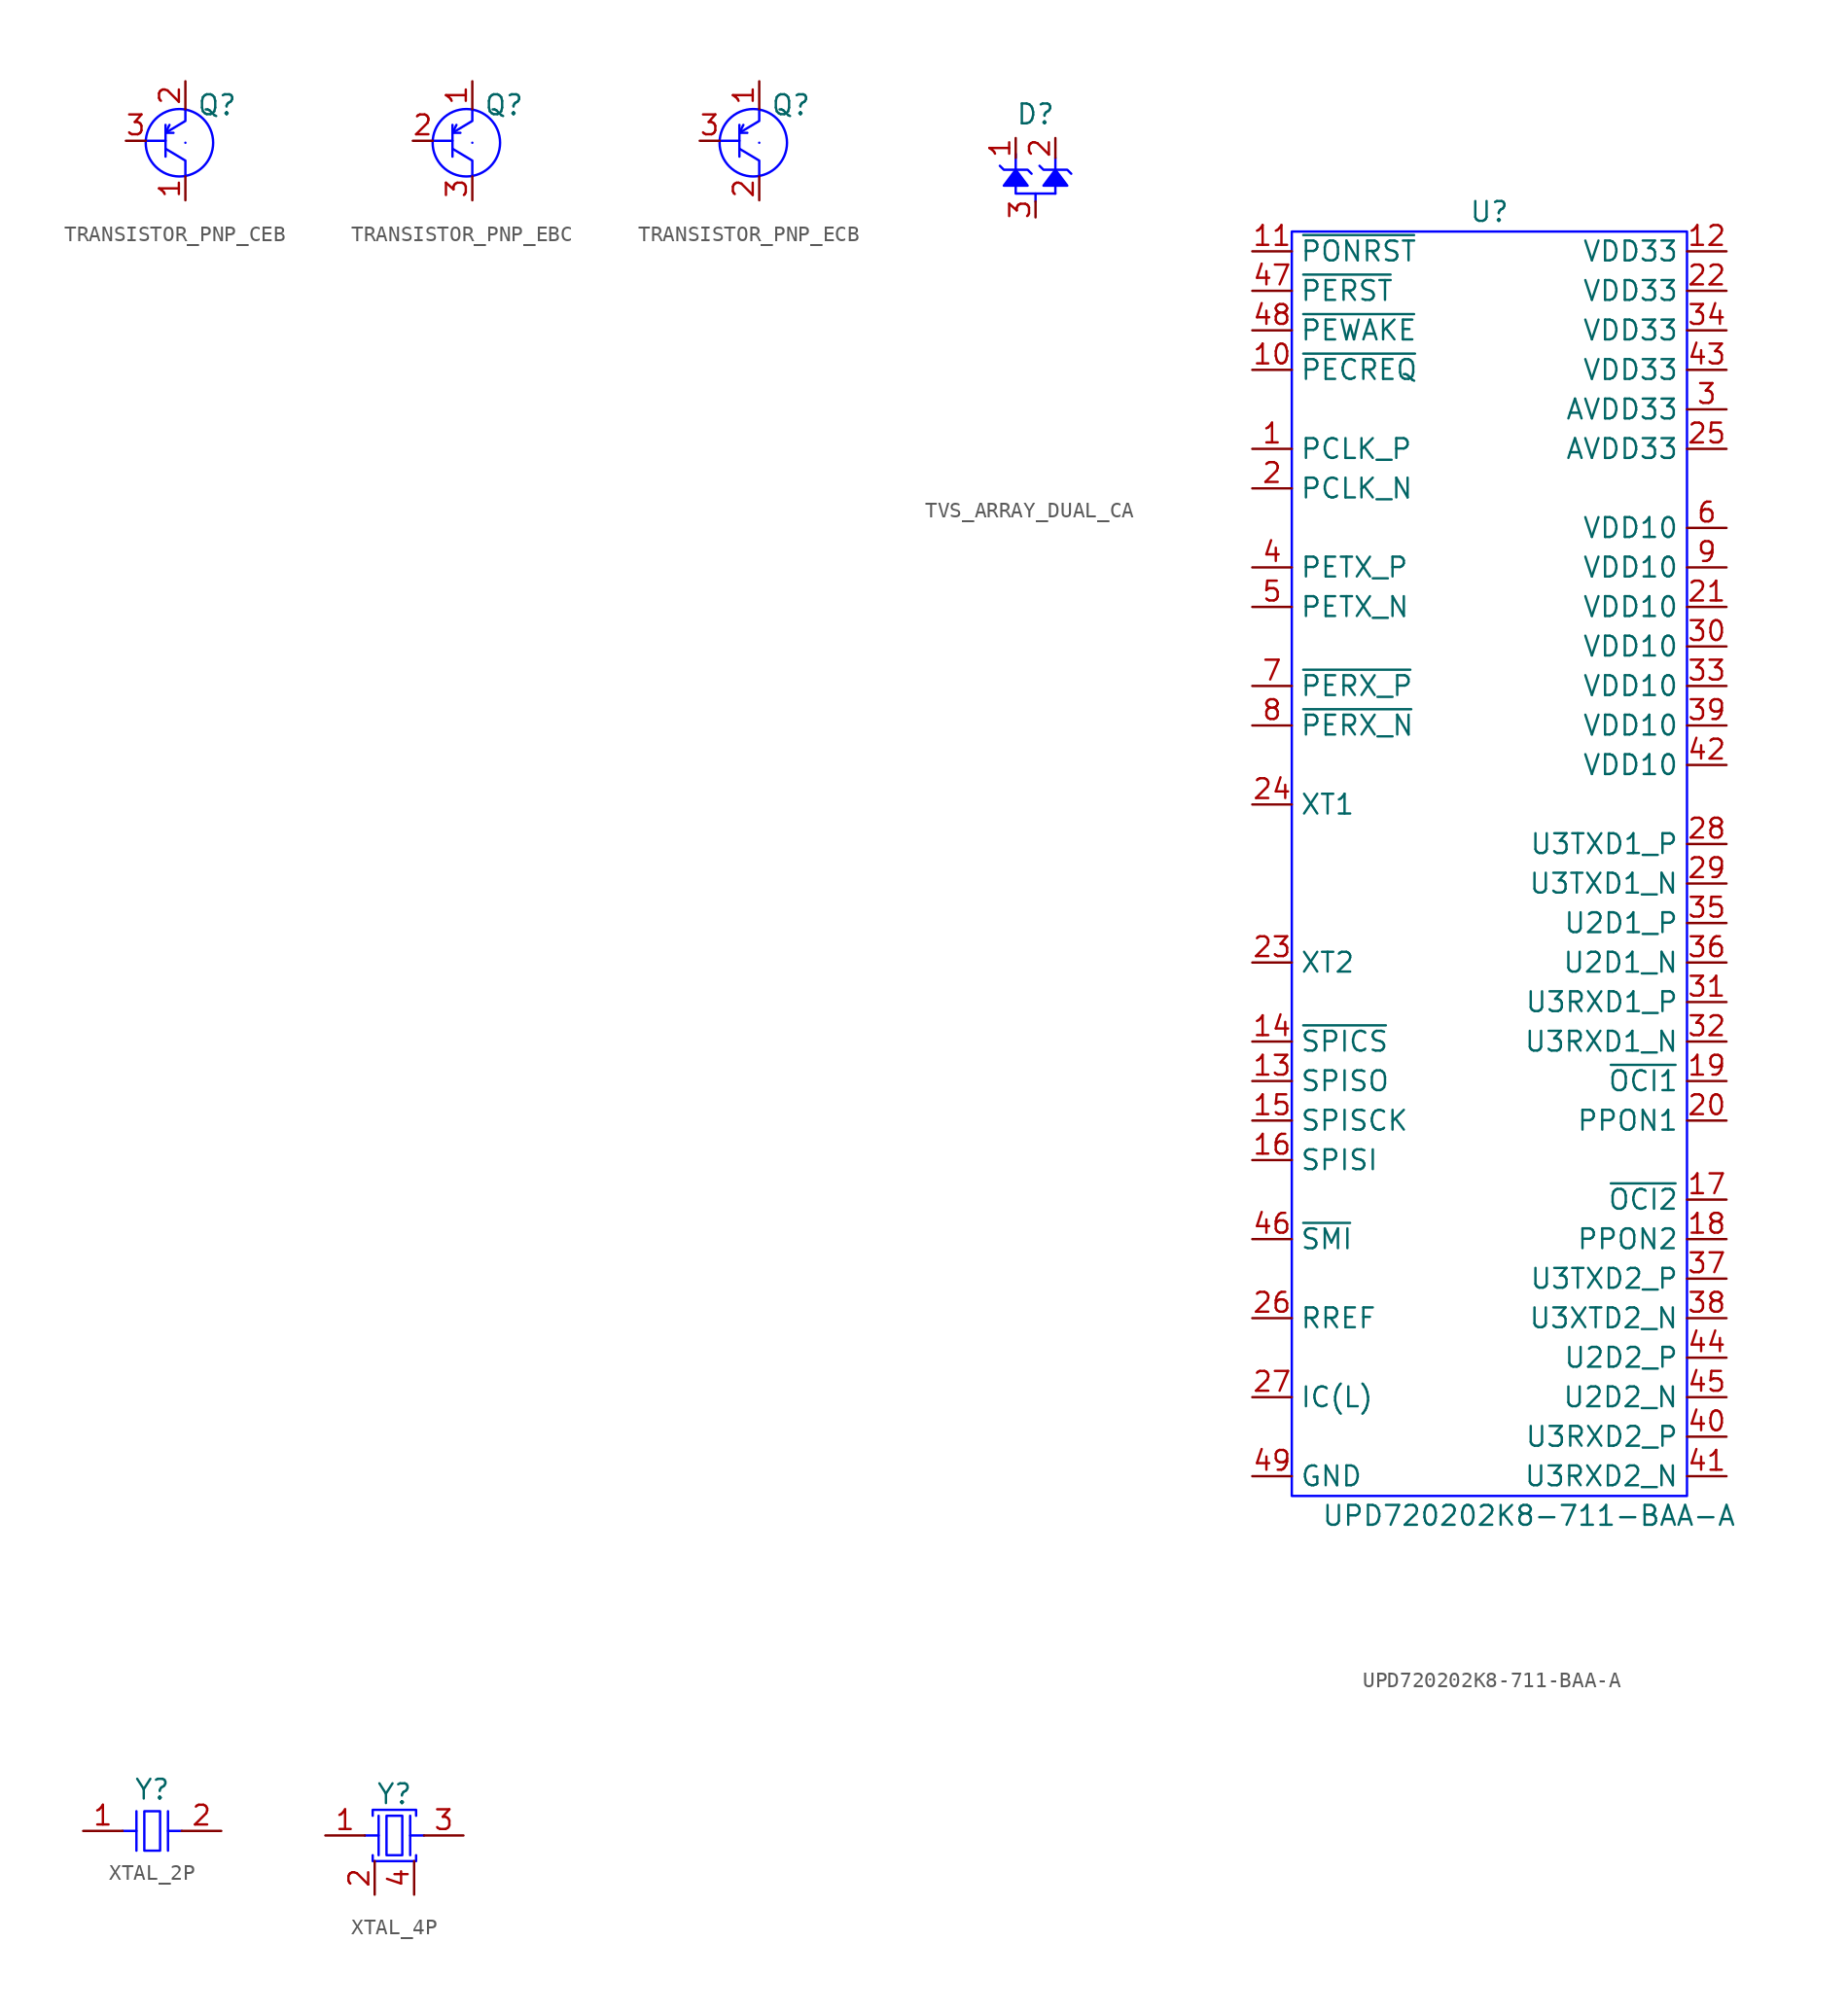
<source format=kicad_sym>
(kicad_symbol_lib
  (version 20241209)
  (generator "kicad_symbol_editor")
  (generator_version "9.0")
  (symbol "TRANSISTOR_PNP_CEB"
    (pin_names
      (offset 0)
      (hide yes))
    (property "Reference" "Q"
      (at 5.842 2.286 0)
      (effects (font (size 1.27 1.27))))
    (property "Value" ""
      (at 0 0 0)
      (effects (font (size 1.27 1.27))))
    (property "I(c)" ""
      (at 0 0 0)
      (effects (font (size 1.27 1.27))))
    (symbol "TRANSISTOR_PNP_CEB_0_1"
      (polyline (pts (xy 2.54 0.508) (xy 2.794 1.016)) (stroke (width 0) (type default) (color 0 0 255 1)) (fill (type none)))
      (polyline (pts (xy 2.54 0.508) (xy 3.048 0.508)) (stroke (width 0) (type default) (color 0 0 255 1)) (fill (type none)))
      (polyline (pts (xy 2.54 -0.508) (xy 3.81 -1.27) (xy 3.81 -2.286)) (stroke (width 0) (type default) (color 0 0 255 1)) (fill (type none)))
      (polyline (pts (xy 3.81 2.032) (xy 3.81 1.27) (xy 2.54 0.508)) (stroke (width 0) (type default) (color 0 0 255 1)) (fill (type none))))
    (symbol "TRANSISTOR_PNP_CEB_1_1"
      (polyline (pts (xy 1.27 0) (xy 2.54 0)) (stroke (width 0) (type solid) (color 0 0 255 1)) (fill (type none)))
      (polyline (pts (xy 2.54 1.016) (xy 2.54 -1.016)) (stroke (width 0) (type solid) (color 0 0 255 1)) (fill (type none)))
      (circle (center 3.429 -0.127) (radius 2.159) (stroke (width 0) (type default) (color 0 0 255 1)) (fill (type none)))
      (polyline (pts (xy 3.81 -0.127) (xy 3.81 -0.127)) (stroke (width 0) (type solid) (color 0 0 255 1)) (fill (type none)))
      (pin input line (at 0 0 0) (length 1.27) (name "B" (effects (font (size 1.27 1.27)))) (number "3" (effects (font (size 1.27 1.27)))))
      (pin passive line (at 3.81 3.81 270) (length 1.778) (name "E" (effects (font (size 1.27 1.27)))) (number "2" (effects (font (size 1.27 1.27)))))
      (pin passive line (at 3.81 -3.81 90) (length 1.524) (name "C" (effects (font (size 1.27 1.27)))) (number "1" (effects (font (size 1.27 1.27)))))))
  (symbol "TRANSISTOR_PNP_EBC"
    (pin_names
      (offset 0)
      (hide yes))
    (property "Reference" "Q"
      (at 5.842 2.286 0)
      (effects (font (size 1.27 1.27))))
    (property "Value" ""
      (at 0 0 0)
      (effects (font (size 1.27 1.27))))
    (property "I(c)" ""
      (at 0 0 0)
      (effects (font (size 1.27 1.27))))
    (symbol "TRANSISTOR_PNP_EBC_0_1"
      (polyline (pts (xy 2.54 0.508) (xy 2.794 1.016)) (stroke (width 0) (type default) (color 0 0 255 1)) (fill (type none)))
      (polyline (pts (xy 2.54 0.508) (xy 3.048 0.508)) (stroke (width 0) (type default) (color 0 0 255 1)) (fill (type none)))
      (polyline (pts (xy 2.54 -0.508) (xy 3.81 -1.27) (xy 3.81 -2.286)) (stroke (width 0) (type default) (color 0 0 255 1)) (fill (type none)))
      (polyline (pts (xy 3.81 2.032) (xy 3.81 1.27) (xy 2.54 0.508)) (stroke (width 0) (type default) (color 0 0 255 1)) (fill (type none))))
    (symbol "TRANSISTOR_PNP_EBC_1_1"
      (polyline (pts (xy 1.27 0) (xy 2.54 0)) (stroke (width 0) (type solid) (color 0 0 255 1)) (fill (type none)))
      (polyline (pts (xy 2.54 1.016) (xy 2.54 -1.016)) (stroke (width 0) (type solid) (color 0 0 255 1)) (fill (type none)))
      (circle (center 3.429 -0.127) (radius 2.159) (stroke (width 0) (type default) (color 0 0 255 1)) (fill (type none)))
      (polyline (pts (xy 3.81 -0.127) (xy 3.81 -0.127)) (stroke (width 0) (type solid) (color 0 0 255 1)) (fill (type none)))
      (pin input line (at 0 0 0) (length 1.27) (name "B" (effects (font (size 1.27 1.27)))) (number "2" (effects (font (size 1.27 1.27)))))
      (pin passive line (at 3.81 3.81 270) (length 1.778) (name "E" (effects (font (size 1.27 1.27)))) (number "1" (effects (font (size 1.27 1.27)))))
      (pin passive line (at 3.81 -3.81 90) (length 1.524) (name "C" (effects (font (size 1.27 1.27)))) (number "3" (effects (font (size 1.27 1.27)))))))
  (symbol "TRANSISTOR_PNP_ECB"
    (pin_names
      (offset 0)
      (hide yes))
    (property "Reference" "Q"
      (at 5.842 2.286 0)
      (effects (font (size 1.27 1.27))))
    (property "Value" ""
      (at 0 0 0)
      (effects (font (size 1.27 1.27))))
    (property "I(c)" ""
      (at 0 0 0)
      (effects (font (size 1.27 1.27))))
    (symbol "TRANSISTOR_PNP_ECB_0_1"
      (polyline (pts (xy 2.54 0.508) (xy 2.794 1.016)) (stroke (width 0) (type default) (color 0 0 255 1)) (fill (type none)))
      (polyline (pts (xy 2.54 0.508) (xy 3.048 0.508)) (stroke (width 0) (type default) (color 0 0 255 1)) (fill (type none)))
      (polyline (pts (xy 2.54 -0.508) (xy 3.81 -1.27) (xy 3.81 -2.286)) (stroke (width 0) (type default) (color 0 0 255 1)) (fill (type none)))
      (polyline (pts (xy 3.81 2.032) (xy 3.81 1.27) (xy 2.54 0.508)) (stroke (width 0) (type default) (color 0 0 255 1)) (fill (type none))))
    (symbol "TRANSISTOR_PNP_ECB_1_1"
      (polyline (pts (xy 1.27 0) (xy 2.54 0)) (stroke (width 0) (type solid) (color 0 0 255 1)) (fill (type none)))
      (polyline (pts (xy 2.54 1.016) (xy 2.54 -1.016)) (stroke (width 0) (type solid) (color 0 0 255 1)) (fill (type none)))
      (circle (center 3.429 -0.127) (radius 2.159) (stroke (width 0) (type default) (color 0 0 255 1)) (fill (type none)))
      (polyline (pts (xy 3.81 -0.127) (xy 3.81 -0.127)) (stroke (width 0) (type solid) (color 0 0 255 1)) (fill (type none)))
      (pin input line (at 0 0 0) (length 1.27) (name "B" (effects (font (size 1.27 1.27)))) (number "3" (effects (font (size 1.27 1.27)))))
      (pin passive line (at 3.81 3.81 270) (length 1.778) (name "E" (effects (font (size 1.27 1.27)))) (number "1" (effects (font (size 1.27 1.27)))))
      (pin passive line (at 3.81 -3.81 90) (length 1.524) (name "C" (effects (font (size 1.27 1.27)))) (number "2" (effects (font (size 1.27 1.27)))))))
  (symbol "TVS_ARRAY_DUAL_CA"
    (pin_names
      (offset 0)
      (hide yes))
    (property "Reference" "D"
      (at 1.27 1.524 0)
      (effects (font (size 1.27 1.27))))
    (property "Value" ""
      (at 1.524 -1.524 0)
      (effects (font (size 1.27 1.27))))
    (property "V(r)" ""
      (at 0.254 -20.32 0)
      (effects (font (size 1.27 1.27))))
    (symbol "TVS_ARRAY_DUAL_CA_0_1"
      (polyline (pts (xy 0 -1.016) (xy 0 -2.032)) (stroke (width 0) (type default) (color 0 0 255 1)) (fill (type none)))
      (polyline (pts (xy 0 -2.032) (xy -0.762 -2.032) (xy -1.016 -1.778)) (stroke (width 0) (type default) (color 0 0 255 1)) (fill (type none)))
      (polyline (pts (xy 0 -2.032) (xy 0.508 -2.032) (xy 0.762 -2.032) (xy 1.016 -2.286)) (stroke (width 0) (type default) (color 0 0 255 1)) (fill (type none)))
      (polyline (pts (xy 0 -3.048) (xy 0 -3.556) (xy 1.27 -3.556) (xy 1.27 -4.064)) (stroke (width 0) (type default) (color 0 0 255 1)) (fill (type none)))
      (polyline (pts (xy 0 -3.048) (xy 0.762 -3.048) (xy 0 -2.032) (xy -0.762 -3.048) (xy 0 -3.048)) (stroke (width 0) (type default) (color 0 0 255 1)) (fill (type outline)))
      (polyline (pts (xy 2.54 -1.27) (xy 2.54 -2.032)) (stroke (width 0) (type default) (color 0 0 255 1)) (fill (type none)))
      (polyline (pts (xy 2.54 -2.032) (xy 1.778 -2.032) (xy 1.524 -1.778)) (stroke (width 0) (type default) (color 0 0 255 1)) (fill (type none)))
      (polyline (pts (xy 2.54 -2.032) (xy 3.048 -2.032) (xy 3.302 -2.032) (xy 3.556 -2.286)) (stroke (width 0) (type default) (color 0 0 255 1)) (fill (type none)))
      (polyline (pts (xy 2.54 -3.048) (xy 3.302 -3.048) (xy 2.54 -2.032) (xy 1.778 -3.048) (xy 2.54 -3.048)) (stroke (width 0) (type default) (color 0 0 255 1)) (fill (type outline)))
      (polyline (pts (xy 2.54 -3.556) (xy 1.27 -3.556)) (stroke (width 0) (type default) (color 0 0 255 1)) (fill (type none)))
      (polyline (pts (xy 2.54 -3.556) (xy 2.54 -3.556) (xy 2.54 -3.048)) (stroke (width 0) (type default) (color 0 0 255 1)) (fill (type none))))
    (symbol "TVS_ARRAY_DUAL_CA_1_1"
      (pin passive line (at 0 0 270) (length 1.27) (name "1" (effects (font (size 1.27 1.27)))) (number "1" (effects (font (size 1.27 1.27)))))
      (pin passive line (at 1.27 -5.08 90) (length 1.016) (name "GND" (effects (font (size 1.27 1.27)))) (number "3" (effects (font (size 1.27 1.27)))))
      (pin passive line (at 2.54 0 270) (length 1.27) (name "A" (effects (font (size 1.27 1.27)))) (number "2" (effects (font (size 1.27 1.27)))))))
  (symbol "UPD720202K8-711-BAA-A"
    (property "Reference" "U"
      (at 12.7 1.27 0)
      (effects (font (size 1.27 1.27))))
    (property "Value" "UPD720202K8-711-BAA-A"
      (at 15.24 -82.55 0)
      (effects (font (size 1.27 1.27))))
    (symbol "UPD720202K8-711-BAA-A_1_1"
      (rectangle (start 0 0) (end 25.4 -81.28) (stroke (width 0) (type solid) (color 0 0 255 1)) (fill (type none)))
      (pin input line (at -2.54 -1.27 0) (length 2.54) (name "~{PONRST}" (effects (font (size 1.27 1.27)))) (number "11" (effects (font (size 1.27 1.27)))))
      (pin input line (at -2.54 -3.81 0) (length 2.54) (name "~{PERST}" (effects (font (size 1.27 1.27)))) (number "47" (effects (font (size 1.27 1.27)))))
      (pin input line (at -2.54 -6.35 0) (length 2.54) (name "~{PEWAKE}" (effects (font (size 1.27 1.27)))) (number "48" (effects (font (size 1.27 1.27)))))
      (pin output line (at -2.54 -8.89 0) (length 2.54) (name "~{PECREQ}" (effects (font (size 1.27 1.27)))) (number "10" (effects (font (size 1.27 1.27)))))
      (pin input line (at -2.54 -13.97 0) (length 2.54) (name "PCLK_P" (effects (font (size 1.27 1.27)))) (number "1" (effects (font (size 1.27 1.27)))))
      (pin input line (at -2.54 -16.51 0) (length 2.54) (name "PCLK_N" (effects (font (size 1.27 1.27)))) (number "2" (effects (font (size 1.27 1.27)))))
      (pin output line (at -2.54 -21.59 0) (length 2.54) (name "PETX_P" (effects (font (size 1.27 1.27)))) (number "4" (effects (font (size 1.27 1.27)))))
      (pin output line (at -2.54 -24.13 0) (length 2.54) (name "PETX_N" (effects (font (size 1.27 1.27)))) (number "5" (effects (font (size 1.27 1.27)))))
      (pin input line (at -2.54 -29.21 0) (length 2.54) (name "~{PERX_P}" (effects (font (size 1.27 1.27)))) (number "7" (effects (font (size 1.27 1.27)))))
      (pin input line (at -2.54 -31.75 0) (length 2.54) (name "~{PERX_N}" (effects (font (size 1.27 1.27)))) (number "8" (effects (font (size 1.27 1.27)))))
      (pin input line (at -2.54 -36.83 0) (length 2.54) (name "XT1" (effects (font (size 1.27 1.27)))) (number "24" (effects (font (size 1.27 1.27)))))
      (pin output line (at -2.54 -46.99 0) (length 2.54) (name "XT2" (effects (font (size 1.27 1.27)))) (number "23" (effects (font (size 1.27 1.27)))))
      (pin output line (at -2.54 -52.07 0) (length 2.54) (name "~{SPICS}" (effects (font (size 1.27 1.27)))) (number "14" (effects (font (size 1.27 1.27)))))
      (pin input line (at -2.54 -54.61 0) (length 2.54) (name "SPISO" (effects (font (size 1.27 1.27)))) (number "13" (effects (font (size 1.27 1.27)))))
      (pin output line (at -2.54 -57.15 0) (length 2.54) (name "SPISCK" (effects (font (size 1.27 1.27)))) (number "15" (effects (font (size 1.27 1.27)))))
      (pin output line (at -2.54 -59.69 0) (length 2.54) (name "SPISI" (effects (font (size 1.27 1.27)))) (number "16" (effects (font (size 1.27 1.27)))))
      (pin output line (at -2.54 -64.77 0) (length 2.54) (name "~{SMI}" (effects (font (size 1.27 1.27)))) (number "46" (effects (font (size 1.27 1.27)))))
      (pin power_in line (at -2.54 -69.85 0) (length 2.54) (name "RREF" (effects (font (size 1.27 1.27)))) (number "26" (effects (font (size 1.27 1.27)))))
      (pin power_in line (at -2.54 -74.93 0) (length 2.54) (name "IC(L)" (effects (font (size 1.27 1.27)))) (number "27" (effects (font (size 1.27 1.27)))))
      (pin power_in line (at -2.54 -80.01 0) (length 2.54) (name "GND" (effects (font (size 1.27 1.27)))) (number "49" (effects (font (size 1.27 1.27)))))
      (pin power_in line (at 27.94 -1.27 180) (length 2.54) (name "VDD33" (effects (font (size 1.27 1.27)))) (number "12" (effects (font (size 1.27 1.27)))))
      (pin power_in line (at 27.94 -3.81 180) (length 2.54) (name "VDD33" (effects (font (size 1.27 1.27)))) (number "22" (effects (font (size 1.27 1.27)))))
      (pin power_in line (at 27.94 -6.35 180) (length 2.54) (name "VDD33" (effects (font (size 1.27 1.27)))) (number "34" (effects (font (size 1.27 1.27)))))
      (pin power_in line (at 27.94 -8.89 180) (length 2.54) (name "VDD33" (effects (font (size 1.27 1.27)))) (number "43" (effects (font (size 1.27 1.27)))))
      (pin power_in line (at 27.94 -11.43 180) (length 2.54) (name "AVDD33" (effects (font (size 1.27 1.27)))) (number "3" (effects (font (size 1.27 1.27)))))
      (pin power_in line (at 27.94 -13.97 180) (length 2.54) (name "AVDD33" (effects (font (size 1.27 1.27)))) (number "25" (effects (font (size 1.27 1.27)))))
      (pin power_in line (at 27.94 -19.05 180) (length 2.54) (name "VDD10" (effects (font (size 1.27 1.27)))) (number "6" (effects (font (size 1.27 1.27)))))
      (pin power_in line (at 27.94 -21.59 180) (length 2.54) (name "VDD10" (effects (font (size 1.27 1.27)))) (number "9" (effects (font (size 1.27 1.27)))))
      (pin power_in line (at 27.94 -24.13 180) (length 2.54) (name "VDD10" (effects (font (size 1.27 1.27)))) (number "21" (effects (font (size 1.27 1.27)))))
      (pin power_in line (at 27.94 -26.67 180) (length 2.54) (name "VDD10" (effects (font (size 1.27 1.27)))) (number "30" (effects (font (size 1.27 1.27)))))
      (pin power_in line (at 27.94 -29.21 180) (length 2.54) (name "VDD10" (effects (font (size 1.27 1.27)))) (number "33" (effects (font (size 1.27 1.27)))))
      (pin power_in line (at 27.94 -31.75 180) (length 2.54) (name "VDD10" (effects (font (size 1.27 1.27)))) (number "39" (effects (font (size 1.27 1.27)))))
      (pin power_in line (at 27.94 -34.29 180) (length 2.54) (name "VDD10" (effects (font (size 1.27 1.27)))) (number "42" (effects (font (size 1.27 1.27)))))
      (pin output line (at 27.94 -39.37 180) (length 2.54) (name "U3TXD1_P" (effects (font (size 1.27 1.27)))) (number "28" (effects (font (size 1.27 1.27)))))
      (pin output line (at 27.94 -41.91 180) (length 2.54) (name "U3TXD1_N" (effects (font (size 1.27 1.27)))) (number "29" (effects (font (size 1.27 1.27)))))
      (pin bidirectional line (at 27.94 -44.45 180) (length 2.54) (name "U2D1_P" (effects (font (size 1.27 1.27)))) (number "35" (effects (font (size 1.27 1.27)))))
      (pin bidirectional line (at 27.94 -46.99 180) (length 2.54) (name "U2D1_N" (effects (font (size 1.27 1.27)))) (number "36" (effects (font (size 1.27 1.27)))))
      (pin input line (at 27.94 -49.53 180) (length 2.54) (name "U3RXD1_P" (effects (font (size 1.27 1.27)))) (number "31" (effects (font (size 1.27 1.27)))))
      (pin bidirectional line (at 27.94 -52.07 180) (length 2.54) (name "U3RXD1_N" (effects (font (size 1.27 1.27)))) (number "32" (effects (font (size 1.27 1.27)))))
      (pin input line (at 27.94 -54.61 180) (length 2.54) (name "~{OCI1}" (effects (font (size 1.27 1.27)))) (number "19" (effects (font (size 1.27 1.27)))))
      (pin output line (at 27.94 -57.15 180) (length 2.54) (name "PPON1" (effects (font (size 1.27 1.27)))) (number "20" (effects (font (size 1.27 1.27)))))
      (pin input line (at 27.94 -62.23 180) (length 2.54) (name "~{OCI2}" (effects (font (size 1.27 1.27)))) (number "17" (effects (font (size 1.27 1.27)))))
      (pin output line (at 27.94 -64.77 180) (length 2.54) (name "PPON2" (effects (font (size 1.27 1.27)))) (number "18" (effects (font (size 1.27 1.27)))))
      (pin output line (at 27.94 -67.31 180) (length 2.54) (name "U3TXD2_P" (effects (font (size 1.27 1.27)))) (number "37" (effects (font (size 1.27 1.27)))))
      (pin output line (at 27.94 -69.85 180) (length 2.54) (name "U3XTD2_N" (effects (font (size 1.27 1.27)))) (number "38" (effects (font (size 1.27 1.27)))))
      (pin bidirectional line (at 27.94 -72.39 180) (length 2.54) (name "U2D2_P" (effects (font (size 1.27 1.27)))) (number "44" (effects (font (size 1.27 1.27)))))
      (pin bidirectional line (at 27.94 -74.93 180) (length 2.54) (name "U2D2_N" (effects (font (size 1.27 1.27)))) (number "45" (effects (font (size 1.27 1.27)))))
      (pin input line (at 27.94 -77.47 180) (length 2.54) (name "U3RXD2_P" (effects (font (size 1.27 1.27)))) (number "40" (effects (font (size 1.27 1.27)))))
      (pin input line (at 27.94 -80.01 180) (length 2.54) (name "U3RXD2_N" (effects (font (size 1.27 1.27)))) (number "41" (effects (font (size 1.27 1.27)))))))
  (symbol "XTAL_2P"
    (pin_names
      (hide yes))
    (property "Reference" "Y"
      (at 3.175 2.667 0)
      (effects (font (size 1.27 1.27))))
    (property "Value" ""
      (at 0 0 0)
      (effects (font (size 1.27 1.27))))
    (symbol "XTAL_2P_0_1"
      (polyline (pts (xy 1.27 0) (xy 2.159 0) (xy 2.159 1.27)) (stroke (width 0) (type default) (color 0 0 255 1)) (fill (type none)))
      (polyline (pts (xy 2.159 0) (xy 2.159 -1.27)) (stroke (width 0) (type default) (color 0 0 255 1)) (fill (type none)))
      (polyline (pts (xy 4.191 1.27) (xy 4.191 -1.27)) (stroke (width 0) (type default) (color 0 0 255 1)) (fill (type none)))
      (polyline (pts (xy 4.191 0) (xy 5.08 0)) (stroke (width 0) (type default) (color 0 0 255 1)) (fill (type none))))
    (symbol "XTAL_2P_1_1"
      (rectangle (start 2.667 1.27) (end 3.683 -1.27) (stroke (width 0) (type solid) (color 0 0 255 1)) (fill (type none)))
      (pin passive line (at -1.27 0 0) (length 2.54) (name "XI" (effects (font (size 1.27 1.27)))) (number "1" (effects (font (size 1.27 1.27)))))
      (pin passive line (at 7.62 0 180) (length 2.54) (name "XO" (effects (font (size 1.27 1.27)))) (number "2" (effects (font (size 1.27 1.27)))))))
  (symbol "XTAL_4P"
    (pin_names
      (hide yes))
    (property "Reference" "Y"
      (at 3.175 2.667 0)
      (effects (font (size 1.27 1.27))))
    (property "Value" ""
      (at 0 0 0)
      (effects (font (size 1.27 1.27))))
    (symbol "XTAL_4P_0_1"
      (polyline (pts (xy 1.27 0) (xy 2.159 0) (xy 2.159 1.27)) (stroke (width 0) (type default) (color 0 0 255 1)) (fill (type none)))
      (polyline (pts (xy 1.778 1.27) (xy 1.778 1.651) (xy 4.572 1.651) (xy 4.572 1.27)) (stroke (width 0) (type default) (color 0 0 255 1)) (fill (type none)))
      (polyline (pts (xy 2.159 0) (xy 2.159 -1.27)) (stroke (width 0) (type default) (color 0 0 255 1)) (fill (type none)))
      (polyline (pts (xy 4.191 1.27) (xy 4.191 -1.27)) (stroke (width 0) (type default) (color 0 0 255 1)) (fill (type none)))
      (polyline (pts (xy 4.191 0) (xy 5.08 0)) (stroke (width 0) (type default) (color 0 0 255 1)) (fill (type none)))
      (polyline (pts (xy 4.572 -1.27) (xy 4.572 -1.651) (xy 1.778 -1.651) (xy 1.778 -1.27)) (stroke (width 0) (type default) (color 0 0 255 1)) (fill (type none))))
    (symbol "XTAL_4P_1_1"
      (rectangle (start 2.667 1.27) (end 3.683 -1.27) (stroke (width 0) (type solid) (color 0 0 255 1)) (fill (type none)))
      (pin passive line (at -1.27 0 0) (length 2.54) (name "XI" (effects (font (size 1.27 1.27)))) (number "1" (effects (font (size 1.27 1.27)))))
      (pin passive line (at 1.905 -3.81 90) (length 2.159) (name "GND" (effects (font (size 1.27 1.27)))) (number "2" (effects (font (size 1.27 1.27)))))
      (pin passive line (at 4.445 -3.81 90) (length 2.159) (name "GND" (effects (font (size 1.27 1.27)))) (number "4" (effects (font (size 1.27 1.27)))))
      (pin passive line (at 7.62 0 180) (length 2.54) (name "XO" (effects (font (size 1.27 1.27)))) (number "3" (effects (font (size 1.27 1.27))))))))
</source>
